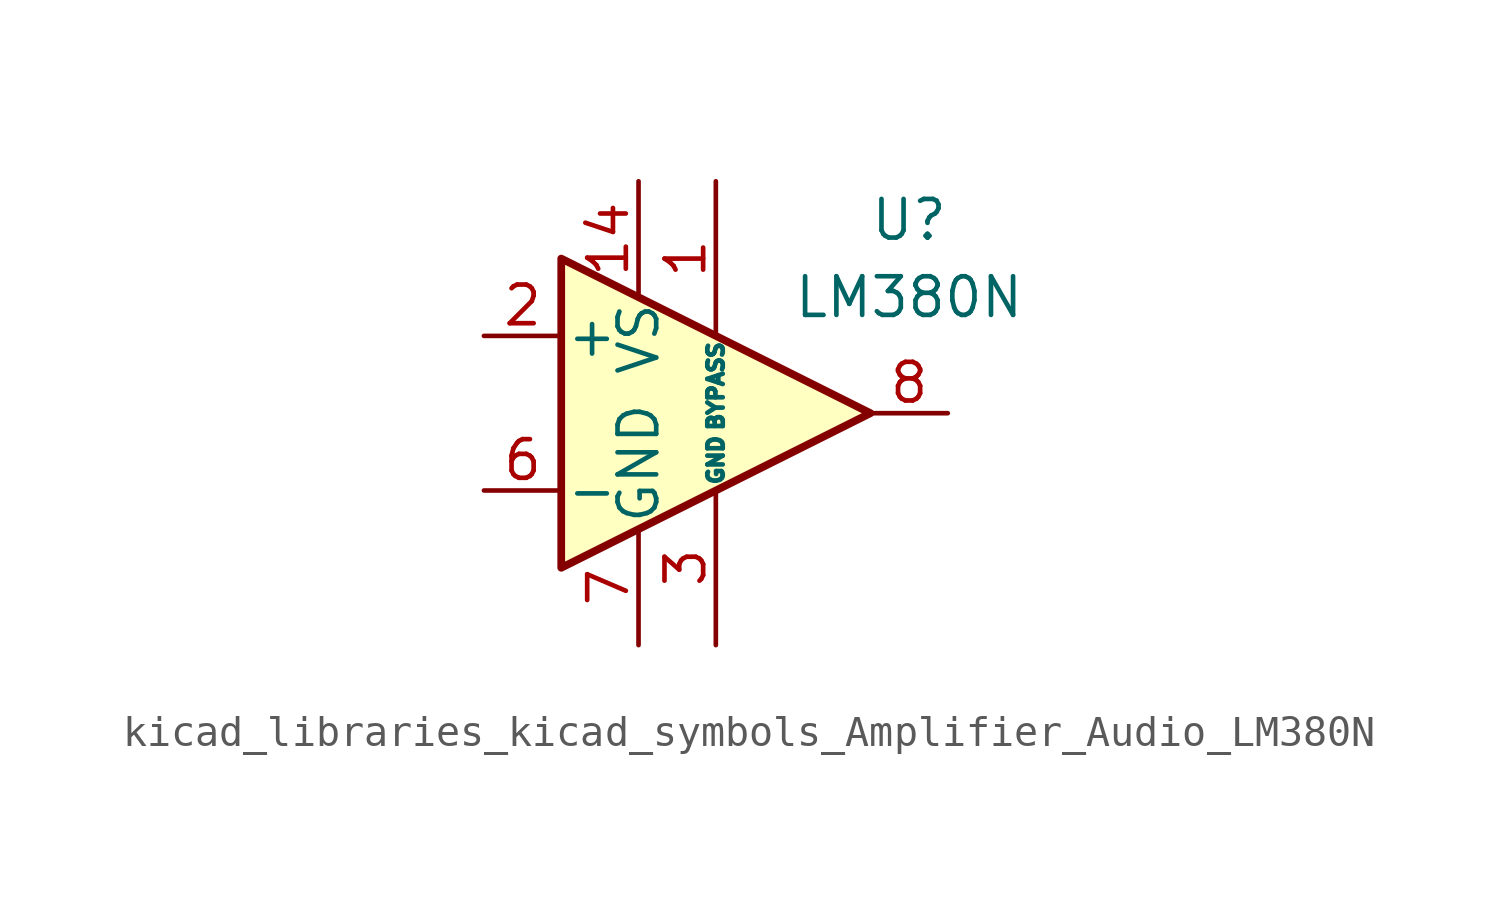
<source format=kicad_sym>
(kicad_symbol_lib
  (version 20220914)
  (generator kicad_symbol_editor)
  (symbol "kicad_libraries_kicad_symbols_Amplifier_Audio_LM380N"
    (pin_names
      (offset 0.127))
    (property "Reference" "U"
      (at 6.35 6.35 0)
      (effects (font (size 1.27 1.27))))
    (property "Value" "LM380N"
      (at 6.35 3.81 0)
      (effects (font (size 1.27 1.27))))
    (symbol "kicad_libraries_kicad_symbols_Amplifier_Audio_LM380N_0_1"
      (polyline (pts (xy -5.08 5.08) (xy 5.08 0) (xy -5.08 -5.08) (xy -5.08 5.08)) (stroke (width 0.254) (type default)) (fill (type background))))
    (symbol "kicad_libraries_kicad_symbols_Amplifier_Audio_LM380N_1_1"
      (pin passive line (at 0 7.62 270) (length 5.08) (name "BYPASS" (effects (font (size 0.508 0.508)))) (number "1" (effects (font (size 1.27 1.27)))))
      (pin passive line (at 0 -7.62 90) (length 5.08) hide (name "GND" (effects (font (size 0.508 0.508)))) (number "10" (effects (font (size 1.27 1.27)))))
      (pin passive line (at 0 -7.62 90) (length 5.08) hide (name "GND" (effects (font (size 0.508 0.508)))) (number "11" (effects (font (size 1.27 1.27)))))
      (pin passive line (at 0 -7.62 90) (length 5.08) hide (name "GND" (effects (font (size 0.508 0.508)))) (number "12" (effects (font (size 1.27 1.27)))))
      (pin no_connect line (at 0 -2.54 90) (length 2.54) hide (name "NC" (effects (font (size 1.27 1.27)))) (number "13" (effects (font (size 1.27 1.27)))))
      (pin power_in line (at -2.54 7.62 270) (length 3.81) (name "VS" (effects (font (size 1.27 1.27)))) (number "14" (effects (font (size 1.27 1.27)))))
      (pin input line (at -7.62 2.54 0) (length 2.54) (name "+" (effects (font (size 1.27 1.27)))) (number "2" (effects (font (size 1.27 1.27)))))
      (pin power_in line (at 0 -7.62 90) (length 5.08) (name "GND" (effects (font (size 0.508 0.508)))) (number "3" (effects (font (size 1.27 1.27)))))
      (pin passive line (at 0 -7.62 90) (length 5.08) hide (name "GND" (effects (font (size 0.508 0.508)))) (number "4" (effects (font (size 1.27 1.27)))))
      (pin passive line (at 0 -7.62 90) (length 5.08) hide (name "GND" (effects (font (size 0.508 0.508)))) (number "5" (effects (font (size 1.27 1.27)))))
      (pin input line (at -7.62 -2.54 0) (length 2.54) (name "-" (effects (font (size 1.27 1.27)))) (number "6" (effects (font (size 1.27 1.27)))))
      (pin power_in line (at -2.54 -7.62 90) (length 3.81) (name "GND" (effects (font (size 1.27 1.27)))) (number "7" (effects (font (size 1.27 1.27)))))
      (pin output line (at 7.62 0 180) (length 2.54) (name "~" (effects (font (size 1.27 1.27)))) (number "8" (effects (font (size 1.27 1.27)))))
      (pin no_connect line (at 0 2.54 270) (length 2.54) hide (name "NC" (effects (font (size 1.27 1.27)))) (number "9" (effects (font (size 1.27 1.27))))))))
</source>
